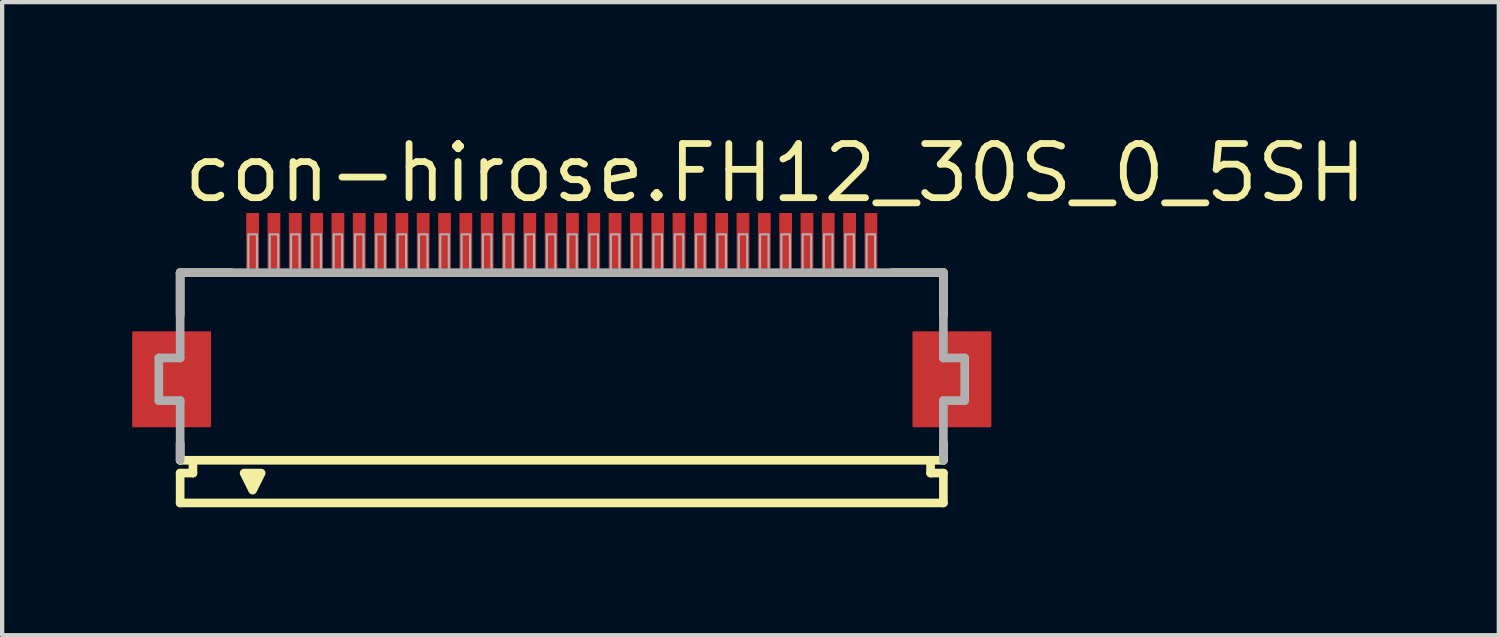
<source format=kicad_pcb>
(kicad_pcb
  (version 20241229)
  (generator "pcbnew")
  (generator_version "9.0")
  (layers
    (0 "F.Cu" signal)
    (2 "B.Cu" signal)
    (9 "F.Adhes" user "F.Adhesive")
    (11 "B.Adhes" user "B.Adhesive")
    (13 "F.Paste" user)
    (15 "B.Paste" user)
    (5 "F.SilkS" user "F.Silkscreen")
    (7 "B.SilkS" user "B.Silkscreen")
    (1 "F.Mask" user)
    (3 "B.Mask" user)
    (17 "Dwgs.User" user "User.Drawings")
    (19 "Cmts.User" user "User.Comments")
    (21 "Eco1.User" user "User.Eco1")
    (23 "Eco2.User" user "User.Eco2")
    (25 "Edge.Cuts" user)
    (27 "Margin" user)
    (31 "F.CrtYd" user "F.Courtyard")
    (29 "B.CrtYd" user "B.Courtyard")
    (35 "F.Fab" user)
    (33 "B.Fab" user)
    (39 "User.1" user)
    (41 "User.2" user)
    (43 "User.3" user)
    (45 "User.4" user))
  (footprint "con-hirose.FH12_30S_0_5SH"
    (layer "F.Cu")
    (at 10.125 5.845)
    (property "Reference" "con-hirose.FH12_30S_0_5SH" (at -8.948 -4.095 0) (layer "F.SilkS") (effects (font (size 1.27 1.27) (thickness 0.16)) (justify left bottom)))
    (attr smd)
    (fp_rect (start -10.05 1.1) (end -8.25 -1.1) (stroke (width 0.05) (type default)) (fill yes) (layer "F.Cu"))
    (fp_rect (start 8.25 1.1) (end 10.05 -1.1) (stroke (width 0.05) (type default)) (fill yes) (layer "F.Cu"))
    (fp_rect (start -10.1 1.175) (end -8.2 -1.175) (stroke (width 0.05) (type default)) (fill yes) (layer "F.Mask"))
    (fp_rect (start -7.45 -2.55) (end -7.05 -3.95) (stroke (width 0.05) (type default)) (fill yes) (layer "F.Mask"))
    (fp_rect (start -6.95 -2.55) (end -6.55 -3.95) (stroke (width 0.05) (type default)) (fill yes) (layer "F.Mask"))
    (fp_rect (start -6.45 -2.55) (end -6.05 -3.95) (stroke (width 0.05) (type default)) (fill yes) (layer "F.Mask"))
    (fp_rect (start -5.95 -2.55) (end -5.55 -3.95) (stroke (width 0.05) (type default)) (fill yes) (layer "F.Mask"))
    (fp_rect (start -5.45 -2.55) (end -5.05 -3.95) (stroke (width 0.05) (type default)) (fill yes) (layer "F.Mask"))
    (fp_rect (start -4.95 -2.55) (end -4.55 -3.95) (stroke (width 0.05) (type default)) (fill yes) (layer "F.Mask"))
    (fp_rect (start -4.45 -2.55) (end -4.05 -3.95) (stroke (width 0.05) (type default)) (fill yes) (layer "F.Mask"))
    (fp_rect (start -3.95 -2.55) (end -3.55 -3.95) (stroke (width 0.05) (type default)) (fill yes) (layer "F.Mask"))
    (fp_rect (start -3.45 -2.55) (end -3.05 -3.95) (stroke (width 0.05) (type default)) (fill yes) (layer "F.Mask"))
    (fp_rect (start -2.95 -2.55) (end -2.55 -3.95) (stroke (width 0.05) (type default)) (fill yes) (layer "F.Mask"))
    (fp_rect (start -2.45 -2.55) (end -2.05 -3.95) (stroke (width 0.05) (type default)) (fill yes) (layer "F.Mask"))
    (fp_rect (start -1.95 -2.55) (end -1.55 -3.95) (stroke (width 0.05) (type default)) (fill yes) (layer "F.Mask"))
    (fp_rect (start -1.45 -2.55) (end -1.05 -3.95) (stroke (width 0.05) (type default)) (fill yes) (layer "F.Mask"))
    (fp_rect (start -0.95 -2.55) (end -0.55 -3.95) (stroke (width 0.05) (type default)) (fill yes) (layer "F.Mask"))
    (fp_rect (start -0.45 -2.55) (end -0.05 -3.95) (stroke (width 0.05) (type default)) (fill yes) (layer "F.Mask"))
    (fp_rect (start 0.05 -2.55) (end 0.45 -3.95) (stroke (width 0.05) (type default)) (fill yes) (layer "F.Mask"))
    (fp_rect (start 0.55 -2.55) (end 0.95 -3.95) (stroke (width 0.05) (type default)) (fill yes) (layer "F.Mask"))
    (fp_rect (start 1.05 -2.55) (end 1.45 -3.95) (stroke (width 0.05) (type default)) (fill yes) (layer "F.Mask"))
    (fp_rect (start 1.55 -2.55) (end 1.95 -3.95) (stroke (width 0.05) (type default)) (fill yes) (layer "F.Mask"))
    (fp_rect (start 2.05 -2.55) (end 2.45 -3.95) (stroke (width 0.05) (type default)) (fill yes) (layer "F.Mask"))
    (fp_rect (start 2.55 -2.55) (end 2.95 -3.95) (stroke (width 0.05) (type default)) (fill yes) (layer "F.Mask"))
    (fp_rect (start 3.05 -2.55) (end 3.45 -3.95) (stroke (width 0.05) (type default)) (fill yes) (layer "F.Mask"))
    (fp_rect (start 3.55 -2.55) (end 3.95 -3.95) (stroke (width 0.05) (type default)) (fill yes) (layer "F.Mask"))
    (fp_rect (start 4.05 -2.55) (end 4.45 -3.95) (stroke (width 0.05) (type default)) (fill yes) (layer "F.Mask"))
    (fp_rect (start 4.55 -2.55) (end 4.95 -3.95) (stroke (width 0.05) (type default)) (fill yes) (layer "F.Mask"))
    (fp_rect (start 5.05 -2.55) (end 5.45 -3.95) (stroke (width 0.05) (type default)) (fill yes) (layer "F.Mask"))
    (fp_rect (start 5.55 -2.55) (end 5.95 -3.95) (stroke (width 0.05) (type default)) (fill yes) (layer "F.Mask"))
    (fp_rect (start 6.05 -2.55) (end 6.45 -3.95) (stroke (width 0.05) (type default)) (fill yes) (layer "F.Mask"))
    (fp_rect (start 6.55 -2.55) (end 6.95 -3.95) (stroke (width 0.05) (type default)) (fill yes) (layer "F.Mask"))
    (fp_rect (start 7.05 -2.55) (end 7.45 -3.95) (stroke (width 0.05) (type default)) (fill yes) (layer "F.Mask"))
    (fp_rect (start 8.2 1.175) (end 10.1 -1.175) (stroke (width 0.05) (type default)) (fill yes) (layer "F.Mask"))
    (fp_line (start -8.95 -2.5) (end -8.95 -1.5) (stroke (width 0.203) (type default)) (layer "F.SilkS"))
    (fp_line (start -8.95 1.5) (end -8.95 1.9) (stroke (width 0.203) (type default)) (layer "F.SilkS"))
    (fp_line (start -8.95 1.9) (end -8.65 1.9) (stroke (width 0.203) (type default)) (layer "F.SilkS"))
    (fp_line (start -8.95 2.2) (end -8.95 2.9) (stroke (width 0.203) (type default)) (layer "F.SilkS"))
    (fp_line (start -8.65 1.9) (end -8.65 2.2) (stroke (width 0.203) (type default)) (layer "F.SilkS"))
    (fp_line (start -8.65 2.2) (end -8.95 2.2) (stroke (width 0.203) (type default)) (layer "F.SilkS"))
    (fp_line (start -7.75 -2.5) (end -8.95 -2.5) (stroke (width 0.203) (type default)) (layer "F.SilkS"))
    (fp_line (start 8.65 1.9) (end -8.65 1.9) (stroke (width 0.203) (type default)) (layer "F.SilkS"))
    (fp_line (start 8.65 1.9) (end 8.95 1.9) (stroke (width 0.203) (type default)) (layer "F.SilkS"))
    (fp_line (start 8.65 2.2) (end 8.65 1.9) (stroke (width 0.203) (type default)) (layer "F.SilkS"))
    (fp_line (start 8.95 -2.5) (end 7.75 -2.5) (stroke (width 0.203) (type default)) (layer "F.SilkS"))
    (fp_line (start 8.95 -1.5) (end 8.95 -2.5) (stroke (width 0.203) (type default)) (layer "F.SilkS"))
    (fp_line (start 8.95 1.9) (end 8.95 1.5) (stroke (width 0.203) (type default)) (layer "F.SilkS"))
    (fp_line (start 8.95 2.2) (end 8.65 2.2) (stroke (width 0.203) (type default)) (layer "F.SilkS"))
    (fp_line (start 8.95 2.9) (end -8.95 2.9) (stroke (width 0.203) (type default)) (layer "F.SilkS"))
    (fp_line (start 8.95 2.9) (end 8.95 2.2) (stroke (width 0.203) (type default)) (layer "F.SilkS"))
    (fp_poly (pts (xy -7.45 2.2) (xy -7.25 2.6) (xy -7.05 2.2)) (stroke (width 0.203) (type default)) (fill yes) (layer "F.SilkS"))
    (fp_rect (start -9.975 1.025) (end -8.325 -1.025) (stroke (width 0.05) (type default)) (fill yes) (layer "F.Paste"))
    (fp_rect (start -7.375 -2.625) (end -7.125 -3.875) (stroke (width 0.05) (type default)) (fill yes) (layer "F.Paste"))
    (fp_rect (start -6.875 -2.625) (end -6.625 -3.875) (stroke (width 0.05) (type default)) (fill yes) (layer "F.Paste"))
    (fp_rect (start -6.375 -2.625) (end -6.125 -3.875) (stroke (width 0.05) (type default)) (fill yes) (layer "F.Paste"))
    (fp_rect (start -5.875 -2.625) (end -5.625 -3.875) (stroke (width 0.05) (type default)) (fill yes) (layer "F.Paste"))
    (fp_rect (start -5.375 -2.625) (end -5.125 -3.875) (stroke (width 0.05) (type default)) (fill yes) (layer "F.Paste"))
    (fp_rect (start -4.875 -2.625) (end -4.625 -3.875) (stroke (width 0.05) (type default)) (fill yes) (layer "F.Paste"))
    (fp_rect (start -4.375 -2.625) (end -4.125 -3.875) (stroke (width 0.05) (type default)) (fill yes) (layer "F.Paste"))
    (fp_rect (start -3.875 -2.625) (end -3.625 -3.875) (stroke (width 0.05) (type default)) (fill yes) (layer "F.Paste"))
    (fp_rect (start -3.375 -2.625) (end -3.125 -3.875) (stroke (width 0.05) (type default)) (fill yes) (layer "F.Paste"))
    (fp_rect (start -2.875 -2.625) (end -2.625 -3.875) (stroke (width 0.05) (type default)) (fill yes) (layer "F.Paste"))
    (fp_rect (start -2.375 -2.625) (end -2.125 -3.875) (stroke (width 0.05) (type default)) (fill yes) (layer "F.Paste"))
    (fp_rect (start -1.875 -2.625) (end -1.625 -3.875) (stroke (width 0.05) (type default)) (fill yes) (layer "F.Paste"))
    (fp_rect (start -1.375 -2.625) (end -1.125 -3.875) (stroke (width 0.05) (type default)) (fill yes) (layer "F.Paste"))
    (fp_rect (start -0.875 -2.625) (end -0.625 -3.875) (stroke (width 0.05) (type default)) (fill yes) (layer "F.Paste"))
    (fp_rect (start -0.375 -2.625) (end -0.125 -3.875) (stroke (width 0.05) (type default)) (fill yes) (layer "F.Paste"))
    (fp_rect (start 0.125 -2.625) (end 0.375 -3.875) (stroke (width 0.05) (type default)) (fill yes) (layer "F.Paste"))
    (fp_rect (start 0.625 -2.625) (end 0.875 -3.875) (stroke (width 0.05) (type default)) (fill yes) (layer "F.Paste"))
    (fp_rect (start 1.125 -2.625) (end 1.375 -3.875) (stroke (width 0.05) (type default)) (fill yes) (layer "F.Paste"))
    (fp_rect (start 1.625 -2.625) (end 1.875 -3.875) (stroke (width 0.05) (type default)) (fill yes) (layer "F.Paste"))
    (fp_rect (start 2.125 -2.625) (end 2.375 -3.875) (stroke (width 0.05) (type default)) (fill yes) (layer "F.Paste"))
    (fp_rect (start 2.625 -2.625) (end 2.875 -3.875) (stroke (width 0.05) (type default)) (fill yes) (layer "F.Paste"))
    (fp_rect (start 3.125 -2.625) (end 3.375 -3.875) (stroke (width 0.05) (type default)) (fill yes) (layer "F.Paste"))
    (fp_rect (start 3.625 -2.625) (end 3.875 -3.875) (stroke (width 0.05) (type default)) (fill yes) (layer "F.Paste"))
    (fp_rect (start 4.125 -2.625) (end 4.375 -3.875) (stroke (width 0.05) (type default)) (fill yes) (layer "F.Paste"))
    (fp_rect (start 4.625 -2.625) (end 4.875 -3.875) (stroke (width 0.05) (type default)) (fill yes) (layer "F.Paste"))
    (fp_rect (start 5.125 -2.625) (end 5.375 -3.875) (stroke (width 0.05) (type default)) (fill yes) (layer "F.Paste"))
    (fp_rect (start 5.625 -2.625) (end 5.875 -3.875) (stroke (width 0.05) (type default)) (fill yes) (layer "F.Paste"))
    (fp_rect (start 6.125 -2.625) (end 6.375 -3.875) (stroke (width 0.05) (type default)) (fill yes) (layer "F.Paste"))
    (fp_rect (start 6.625 -2.625) (end 6.875 -3.875) (stroke (width 0.05) (type default)) (fill yes) (layer "F.Paste"))
    (fp_rect (start 7.125 -2.625) (end 7.375 -3.875) (stroke (width 0.05) (type default)) (fill yes) (layer "F.Paste"))
    (fp_rect (start 8.325 1.025) (end 9.975 -1.025) (stroke (width 0.05) (type default)) (fill yes) (layer "F.Paste"))
    (fp_line (start -9.45 -0.5) (end -9.45 0.5) (stroke (width 0.203) (type default)) (layer "F.Fab"))
    (fp_line (start -9.45 0.5) (end -8.95 0.5) (stroke (width 0.203) (type default)) (layer "F.Fab"))
    (fp_line (start -8.95 -2.5) (end -8.95 -0.5) (stroke (width 0.203) (type default)) (layer "F.Fab"))
    (fp_line (start -8.95 -0.5) (end -9.45 -0.5) (stroke (width 0.203) (type default)) (layer "F.Fab"))
    (fp_line (start -8.95 0.5) (end -8.95 1.9) (stroke (width 0.203) (type default)) (layer "F.Fab"))
    (fp_line (start 8.95 -2.5) (end -8.95 -2.5) (stroke (width 0.203) (type default)) (layer "F.Fab"))
    (fp_line (start 8.95 -0.5) (end 8.95 -2.5) (stroke (width 0.203) (type default)) (layer "F.Fab"))
    (fp_line (start 8.95 0.5) (end 9.45 0.5) (stroke (width 0.203) (type default)) (layer "F.Fab"))
    (fp_line (start 8.95 1.9) (end 8.95 0.5) (stroke (width 0.203) (type default)) (layer "F.Fab"))
    (fp_line (start 9.45 -0.5) (end 8.95 -0.5) (stroke (width 0.203) (type default)) (layer "F.Fab"))
    (fp_line (start 9.45 0.5) (end 9.45 -0.5) (stroke (width 0.203) (type default)) (layer "F.Fab"))
    (fp_rect (start -7.35 -2.55) (end -7.15 -3.4) (stroke (width 0.05) (type default)) (fill no) (layer "F.Fab"))
    (fp_rect (start -6.85 -2.55) (end -6.65 -3.4) (stroke (width 0.05) (type default)) (fill no) (layer "F.Fab"))
    (fp_rect (start -6.35 -2.55) (end -6.15 -3.4) (stroke (width 0.05) (type default)) (fill no) (layer "F.Fab"))
    (fp_rect (start -5.85 -2.55) (end -5.65 -3.4) (stroke (width 0.05) (type default)) (fill no) (layer "F.Fab"))
    (fp_rect (start -5.35 -2.55) (end -5.15 -3.4) (stroke (width 0.05) (type default)) (fill no) (layer "F.Fab"))
    (fp_rect (start -4.85 -2.55) (end -4.65 -3.4) (stroke (width 0.05) (type default)) (fill no) (layer "F.Fab"))
    (fp_rect (start -4.35 -2.55) (end -4.15 -3.4) (stroke (width 0.05) (type default)) (fill no) (layer "F.Fab"))
    (fp_rect (start -3.85 -2.55) (end -3.65 -3.4) (stroke (width 0.05) (type default)) (fill no) (layer "F.Fab"))
    (fp_rect (start -3.35 -2.55) (end -3.15 -3.4) (stroke (width 0.05) (type default)) (fill no) (layer "F.Fab"))
    (fp_rect (start -2.85 -2.55) (end -2.65 -3.4) (stroke (width 0.05) (type default)) (fill no) (layer "F.Fab"))
    (fp_rect (start -2.35 -2.55) (end -2.15 -3.4) (stroke (width 0.05) (type default)) (fill no) (layer "F.Fab"))
    (fp_rect (start -1.85 -2.55) (end -1.65 -3.4) (stroke (width 0.05) (type default)) (fill no) (layer "F.Fab"))
    (fp_rect (start -1.35 -2.55) (end -1.15 -3.4) (stroke (width 0.05) (type default)) (fill no) (layer "F.Fab"))
    (fp_rect (start -0.85 -2.55) (end -0.65 -3.4) (stroke (width 0.05) (type default)) (fill no) (layer "F.Fab"))
    (fp_rect (start -0.35 -2.55) (end -0.15 -3.4) (stroke (width 0.05) (type default)) (fill no) (layer "F.Fab"))
    (fp_rect (start 0.15 -2.55) (end 0.35 -3.4) (stroke (width 0.05) (type default)) (fill no) (layer "F.Fab"))
    (fp_rect (start 0.65 -2.55) (end 0.85 -3.4) (stroke (width 0.05) (type default)) (fill no) (layer "F.Fab"))
    (fp_rect (start 1.15 -2.55) (end 1.35 -3.4) (stroke (width 0.05) (type default)) (fill no) (layer "F.Fab"))
    (fp_rect (start 1.65 -2.55) (end 1.85 -3.4) (stroke (width 0.05) (type default)) (fill no) (layer "F.Fab"))
    (fp_rect (start 2.15 -2.55) (end 2.35 -3.4) (stroke (width 0.05) (type default)) (fill no) (layer "F.Fab"))
    (fp_rect (start 2.65 -2.55) (end 2.85 -3.4) (stroke (width 0.05) (type default)) (fill no) (layer "F.Fab"))
    (fp_rect (start 3.15 -2.55) (end 3.35 -3.4) (stroke (width 0.05) (type default)) (fill no) (layer "F.Fab"))
    (fp_rect (start 3.65 -2.55) (end 3.85 -3.4) (stroke (width 0.05) (type default)) (fill no) (layer "F.Fab"))
    (fp_rect (start 4.15 -2.55) (end 4.35 -3.4) (stroke (width 0.05) (type default)) (fill no) (layer "F.Fab"))
    (fp_rect (start 4.65 -2.55) (end 4.85 -3.4) (stroke (width 0.05) (type default)) (fill no) (layer "F.Fab"))
    (fp_rect (start 5.15 -2.55) (end 5.35 -3.4) (stroke (width 0.05) (type default)) (fill no) (layer "F.Fab"))
    (fp_rect (start 5.65 -2.55) (end 5.85 -3.4) (stroke (width 0.05) (type default)) (fill no) (layer "F.Fab"))
    (fp_rect (start 6.15 -2.55) (end 6.35 -3.4) (stroke (width 0.05) (type default)) (fill no) (layer "F.Fab"))
    (fp_rect (start 6.65 -2.55) (end 6.85 -3.4) (stroke (width 0.05) (type default)) (fill no) (layer "F.Fab"))
    (fp_rect (start 7.15 -2.55) (end 7.35 -3.4) (stroke (width 0.05) (type default)) (fill no) (layer "F.Fab"))
    (pad "1" smd roundrect (at -7.25 -3.25) (size 0.3 1.3) (layers "F.Cu" "F.Mask" "F.Paste") (roundrect_rratio 0.01))
    (pad "2" smd roundrect (at -6.75 -3.25) (size 0.3 1.3) (layers "F.Cu" "F.Mask" "F.Paste") (roundrect_rratio 0.01))
    (pad "3" smd roundrect (at -6.25 -3.25) (size 0.3 1.3) (layers "F.Cu" "F.Mask" "F.Paste") (roundrect_rratio 0.01))
    (pad "4" smd roundrect (at -5.75 -3.25) (size 0.3 1.3) (layers "F.Cu" "F.Mask" "F.Paste") (roundrect_rratio 0.01))
    (pad "5" smd roundrect (at -5.25 -3.25) (size 0.3 1.3) (layers "F.Cu" "F.Mask" "F.Paste") (roundrect_rratio 0.01))
    (pad "6" smd roundrect (at -4.75 -3.25) (size 0.3 1.3) (layers "F.Cu" "F.Mask" "F.Paste") (roundrect_rratio 0.01))
    (pad "7" smd roundrect (at -4.25 -3.25) (size 0.3 1.3) (layers "F.Cu" "F.Mask" "F.Paste") (roundrect_rratio 0.01))
    (pad "8" smd roundrect (at -3.75 -3.25) (size 0.3 1.3) (layers "F.Cu" "F.Mask" "F.Paste") (roundrect_rratio 0.01))
    (pad "9" smd roundrect (at -3.25 -3.25) (size 0.3 1.3) (layers "F.Cu" "F.Mask" "F.Paste") (roundrect_rratio 0.01))
    (pad "10" smd roundrect (at -2.75 -3.25) (size 0.3 1.3) (layers "F.Cu" "F.Mask" "F.Paste") (roundrect_rratio 0.01))
    (pad "11" smd roundrect (at -2.25 -3.25) (size 0.3 1.3) (layers "F.Cu" "F.Mask" "F.Paste") (roundrect_rratio 0.01))
    (pad "12" smd roundrect (at -1.75 -3.25) (size 0.3 1.3) (layers "F.Cu" "F.Mask" "F.Paste") (roundrect_rratio 0.01))
    (pad "13" smd roundrect (at -1.25 -3.25) (size 0.3 1.3) (layers "F.Cu" "F.Mask" "F.Paste") (roundrect_rratio 0.01))
    (pad "14" smd roundrect (at -0.75 -3.25) (size 0.3 1.3) (layers "F.Cu" "F.Mask" "F.Paste") (roundrect_rratio 0.01))
    (pad "15" smd roundrect (at -0.25 -3.25) (size 0.3 1.3) (layers "F.Cu" "F.Mask" "F.Paste") (roundrect_rratio 0.01))
    (pad "16" smd roundrect (at 0.25 -3.25) (size 0.3 1.3) (layers "F.Cu" "F.Mask" "F.Paste") (roundrect_rratio 0.01))
    (pad "17" smd roundrect (at 0.75 -3.25) (size 0.3 1.3) (layers "F.Cu" "F.Mask" "F.Paste") (roundrect_rratio 0.01))
    (pad "18" smd roundrect (at 1.25 -3.25) (size 0.3 1.3) (layers "F.Cu" "F.Mask" "F.Paste") (roundrect_rratio 0.01))
    (pad "19" smd roundrect (at 1.75 -3.25) (size 0.3 1.3) (layers "F.Cu" "F.Mask" "F.Paste") (roundrect_rratio 0.01))
    (pad "20" smd roundrect (at 2.25 -3.25) (size 0.3 1.3) (layers "F.Cu" "F.Mask" "F.Paste") (roundrect_rratio 0.01))
    (pad "21" smd roundrect (at 2.75 -3.25) (size 0.3 1.3) (layers "F.Cu" "F.Mask" "F.Paste") (roundrect_rratio 0.01))
    (pad "22" smd roundrect (at 3.25 -3.25) (size 0.3 1.3) (layers "F.Cu" "F.Mask" "F.Paste") (roundrect_rratio 0.01))
    (pad "23" smd roundrect (at 3.75 -3.25) (size 0.3 1.3) (layers "F.Cu" "F.Mask" "F.Paste") (roundrect_rratio 0.01))
    (pad "24" smd roundrect (at 4.25 -3.25) (size 0.3 1.3) (layers "F.Cu" "F.Mask" "F.Paste") (roundrect_rratio 0.01))
    (pad "25" smd roundrect (at 4.75 -3.25) (size 0.3 1.3) (layers "F.Cu" "F.Mask" "F.Paste") (roundrect_rratio 0.01))
    (pad "26" smd roundrect (at 5.25 -3.25) (size 0.3 1.3) (layers "F.Cu" "F.Mask" "F.Paste") (roundrect_rratio 0.01))
    (pad "27" smd roundrect (at 5.75 -3.25) (size 0.3 1.3) (layers "F.Cu" "F.Mask" "F.Paste") (roundrect_rratio 0.01))
    (pad "28" smd roundrect (at 6.25 -3.25) (size 0.3 1.3) (layers "F.Cu" "F.Mask" "F.Paste") (roundrect_rratio 0.01))
    (pad "29" smd roundrect (at 6.75 -3.25) (size 0.3 1.3) (layers "F.Cu" "F.Mask" "F.Paste") (roundrect_rratio 0.01))
    (pad "30" smd roundrect (at 7.25 -3.25) (size 0.3 1.3) (layers "F.Cu" "F.Mask" "F.Paste") (roundrect_rratio 0.01)))
  (gr_rect
    (start -3 -3)
    (end 32.101 11.847)
    (stroke (width 0.1) (type default))
    (fill no)
    (layer "Edge.Cuts")))
</source>
